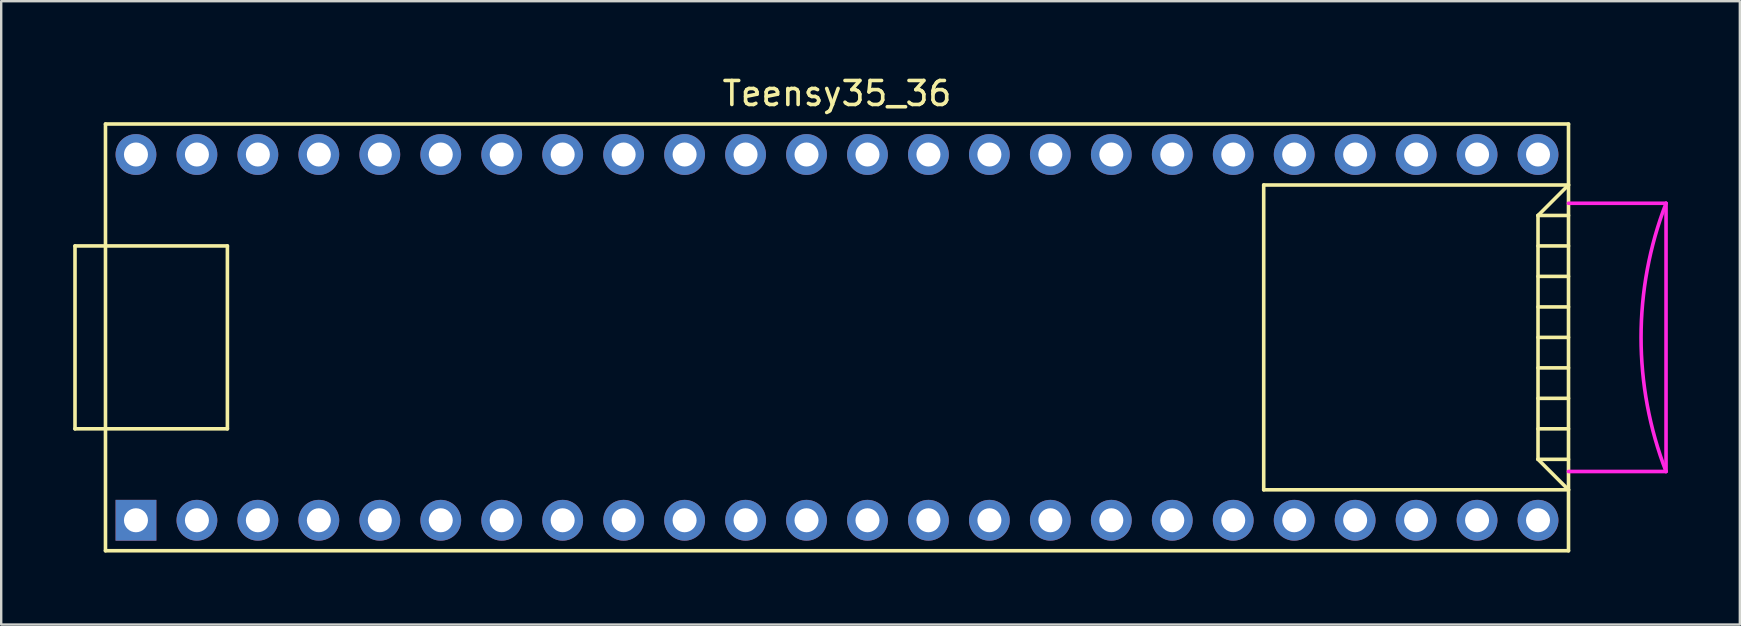
<source format=kicad_pcb>
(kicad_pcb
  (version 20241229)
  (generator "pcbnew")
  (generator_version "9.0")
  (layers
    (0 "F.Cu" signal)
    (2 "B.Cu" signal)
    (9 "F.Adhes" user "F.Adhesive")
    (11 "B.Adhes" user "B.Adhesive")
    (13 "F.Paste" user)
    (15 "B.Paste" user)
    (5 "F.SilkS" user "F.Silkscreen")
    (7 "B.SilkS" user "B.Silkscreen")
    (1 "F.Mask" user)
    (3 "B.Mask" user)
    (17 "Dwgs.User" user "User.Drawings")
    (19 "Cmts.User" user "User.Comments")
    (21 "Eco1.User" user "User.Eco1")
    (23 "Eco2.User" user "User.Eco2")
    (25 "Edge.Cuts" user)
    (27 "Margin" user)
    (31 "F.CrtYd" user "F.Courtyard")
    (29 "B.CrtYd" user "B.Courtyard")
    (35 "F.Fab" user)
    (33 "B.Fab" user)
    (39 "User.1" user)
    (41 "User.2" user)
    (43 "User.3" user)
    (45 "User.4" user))
  (footprint "Teensy35_36"
    (layer "F.Cu")
    (at 31.825 11.008)
    (property "Reference" "Teensy35_36" (at 0 -10.16 0) (layer "F.SilkS") (effects (font (size 1 1) (thickness 0.15))))
    (attr through_hole)
    (fp_line (start -31.75 -3.81) (end -30.48 -3.81) (stroke (width 0.15) (type solid)) (layer "F.SilkS"))
    (fp_line (start -31.75 3.81) (end -31.75 -3.81) (stroke (width 0.15) (type solid)) (layer "F.SilkS"))
    (fp_line (start -30.48 3.81) (end -31.75 3.81) (stroke (width 0.15) (type solid)) (layer "F.SilkS"))
    (fp_line (start -30.48 8.89) (end -30.48 -8.89) (stroke (width 0.15) (type solid)) (layer "F.SilkS"))
    (fp_line (start -30.48 8.89) (end 30.48 8.89) (stroke (width 0.15) (type solid)) (layer "F.SilkS"))
    (fp_line (start -25.4 -3.81) (end -30.48 -3.81) (stroke (width 0.15) (type solid)) (layer "F.SilkS"))
    (fp_line (start -25.4 3.81) (end -30.48 3.81) (stroke (width 0.15) (type solid)) (layer "F.SilkS"))
    (fp_line (start -25.4 3.81) (end -25.4 -3.81) (stroke (width 0.15) (type solid)) (layer "F.SilkS"))
    (fp_line (start 17.78 -6.35) (end 17.78 6.35) (stroke (width 0.15) (type solid)) (layer "F.SilkS"))
    (fp_line (start 17.78 6.35) (end 30.48 6.35) (stroke (width 0.15) (type solid)) (layer "F.SilkS"))
    (fp_line (start 29.21 -5.08) (end 29.21 5.08) (stroke (width 0.15) (type solid)) (layer "F.SilkS"))
    (fp_line (start 29.21 -5.08) (end 30.48 -6.35) (stroke (width 0.15) (type solid)) (layer "F.SilkS"))
    (fp_line (start 29.21 -5.08) (end 30.48 -5.08) (stroke (width 0.15) (type solid)) (layer "F.SilkS"))
    (fp_line (start 29.21 -3.81) (end 30.48 -3.81) (stroke (width 0.15) (type solid)) (layer "F.SilkS"))
    (fp_line (start 29.21 -2.54) (end 30.48 -2.54) (stroke (width 0.15) (type solid)) (layer "F.SilkS"))
    (fp_line (start 29.21 -1.27) (end 30.48 -1.27) (stroke (width 0.15) (type solid)) (layer "F.SilkS"))
    (fp_line (start 29.21 0) (end 30.48 0) (stroke (width 0.15) (type solid)) (layer "F.SilkS"))
    (fp_line (start 29.21 1.27) (end 30.48 1.27) (stroke (width 0.15) (type solid)) (layer "F.SilkS"))
    (fp_line (start 29.21 2.54) (end 30.48 2.54) (stroke (width 0.15) (type solid)) (layer "F.SilkS"))
    (fp_line (start 29.21 3.81) (end 30.48 3.81) (stroke (width 0.15) (type solid)) (layer "F.SilkS"))
    (fp_line (start 29.21 5.08) (end 30.48 5.08) (stroke (width 0.15) (type solid)) (layer "F.SilkS"))
    (fp_line (start 30.48 -8.89) (end -30.48 -8.89) (stroke (width 0.15) (type solid)) (layer "F.SilkS"))
    (fp_line (start 30.48 -8.89) (end 30.48 8.89) (stroke (width 0.15) (type solid)) (layer "F.SilkS"))
    (fp_line (start 30.48 -6.35) (end 17.78 -6.35) (stroke (width 0.15) (type solid)) (layer "F.SilkS"))
    (fp_line (start 30.48 6.35) (end 29.21 5.08) (stroke (width 0.15) (type solid)) (layer "F.SilkS"))
    (fp_line (start 34.544 -5.588) (end 30.48 -5.588) (stroke (width 0.15) (type solid)) (layer "F.CrtYd"))
    (fp_line (start 34.544 -5.588) (end 34.544 5.588) (stroke (width 0.15) (type solid)) (layer "F.CrtYd"))
    (fp_line (start 34.544 5.588) (end 30.48 5.588) (stroke (width 0.15) (type solid)) (layer "F.CrtYd"))
    (fp_arc (start 34.544 5.588) (mid 33.503037 0.00131) (end 34.543056 -5.585555) (stroke (width 0.15) (type solid)) (layer "F.CrtYd"))
    (pad "1" thru_hole rect (at -29.21 7.62) (size 1.7 1.7) (drill 1) (layers "*.Cu" "*.Mask"))
    (pad "2" thru_hole circle (at -26.67 7.62) (size 1.7 1.7) (drill 1) (layers "*.Cu" "*.Mask"))
    (pad "3" thru_hole circle (at -24.13 7.62) (size 1.7 1.7) (drill 1) (layers "*.Cu" "*.Mask"))
    (pad "4" thru_hole circle (at -21.59 7.62) (size 1.7 1.7) (drill 1) (layers "*.Cu" "*.Mask"))
    (pad "5" thru_hole circle (at -19.05 7.62) (size 1.7 1.7) (drill 1) (layers "*.Cu" "*.Mask"))
    (pad "6" thru_hole circle (at -16.51 7.62) (size 1.7 1.7) (drill 1) (layers "*.Cu" "*.Mask"))
    (pad "7" thru_hole circle (at -13.97 7.62) (size 1.7 1.7) (drill 1) (layers "*.Cu" "*.Mask"))
    (pad "8" thru_hole circle (at -11.43 7.62) (size 1.7 1.7) (drill 1) (layers "*.Cu" "*.Mask"))
    (pad "9" thru_hole circle (at -8.89 7.62) (size 1.7 1.7) (drill 1) (layers "*.Cu" "*.Mask"))
    (pad "10" thru_hole circle (at -6.35 7.62) (size 1.7 1.7) (drill 1) (layers "*.Cu" "*.Mask"))
    (pad "11" thru_hole circle (at -3.81 7.62) (size 1.7 1.7) (drill 1) (layers "*.Cu" "*.Mask"))
    (pad "12" thru_hole circle (at -1.27 7.62) (size 1.7 1.7) (drill 1) (layers "*.Cu" "*.Mask"))
    (pad "13" thru_hole circle (at 1.27 7.62) (size 1.7 1.7) (drill 1) (layers "*.Cu" "*.Mask"))
    (pad "14" thru_hole circle (at 3.81 7.62) (size 1.7 1.7) (drill 1) (layers "*.Cu" "*.Mask"))
    (pad "15" thru_hole circle (at 6.35 7.62) (size 1.7 1.7) (drill 1) (layers "*.Cu" "*.Mask"))
    (pad "16" thru_hole circle (at 8.89 7.62) (size 1.7 1.7) (drill 1) (layers "*.Cu" "*.Mask"))
    (pad "17" thru_hole circle (at 11.43 7.62) (size 1.7 1.7) (drill 1) (layers "*.Cu" "*.Mask"))
    (pad "18" thru_hole circle (at 13.97 7.62) (size 1.7 1.7) (drill 1) (layers "*.Cu" "*.Mask"))
    (pad "19" thru_hole circle (at 16.51 7.62) (size 1.7 1.7) (drill 1) (layers "*.Cu" "*.Mask"))
    (pad "20" thru_hole circle (at 19.05 7.62) (size 1.7 1.7) (drill 1) (layers "*.Cu" "*.Mask"))
    (pad "21" thru_hole circle (at 21.59 7.62) (size 1.7 1.7) (drill 1) (layers "*.Cu" "*.Mask"))
    (pad "22" thru_hole circle (at 24.13 7.62) (size 1.7 1.7) (drill 1) (layers "*.Cu" "*.Mask"))
    (pad "23" thru_hole circle (at 26.67 7.62) (size 1.7 1.7) (drill 1) (layers "*.Cu" "*.Mask"))
    (pad "24" thru_hole circle (at 29.21 7.62) (size 1.7 1.7) (drill 1) (layers "*.Cu" "*.Mask"))
    (pad "30" thru_hole circle (at 29.21 -7.62) (size 1.7 1.7) (drill 1) (layers "*.Cu" "*.Mask"))
    (pad "31" thru_hole circle (at 26.67 -7.62) (size 1.7 1.7) (drill 1) (layers "*.Cu" "*.Mask"))
    (pad "32" thru_hole circle (at 24.13 -7.62) (size 1.7 1.7) (drill 1) (layers "*.Cu" "*.Mask"))
    (pad "33" thru_hole circle (at 21.59 -7.62) (size 1.7 1.7) (drill 1) (layers "*.Cu" "*.Mask"))
    (pad "34" thru_hole circle (at 19.05 -7.62) (size 1.7 1.7) (drill 1) (layers "*.Cu" "*.Mask"))
    (pad "35" thru_hole circle (at 16.51 -7.62) (size 1.7 1.7) (drill 1) (layers "*.Cu" "*.Mask"))
    (pad "36" thru_hole circle (at 13.97 -7.62) (size 1.7 1.7) (drill 1) (layers "*.Cu" "*.Mask"))
    (pad "37" thru_hole circle (at 11.43 -7.62) (size 1.7 1.7) (drill 1) (layers "*.Cu" "*.Mask"))
    (pad "38" thru_hole circle (at 8.89 -7.62) (size 1.7 1.7) (drill 1) (layers "*.Cu" "*.Mask"))
    (pad "39" thru_hole circle (at 6.35 -7.62) (size 1.7 1.7) (drill 1) (layers "*.Cu" "*.Mask"))
    (pad "40" thru_hole circle (at 3.81 -7.62) (size 1.7 1.7) (drill 1) (layers "*.Cu" "*.Mask"))
    (pad "41" thru_hole circle (at 1.27 -7.62) (size 1.7 1.7) (drill 1) (layers "*.Cu" "*.Mask"))
    (pad "42" thru_hole circle (at -1.27 -7.62) (size 1.7 1.7) (drill 1) (layers "*.Cu" "*.Mask"))
    (pad "43" thru_hole circle (at -3.81 -7.62) (size 1.7 1.7) (drill 1) (layers "*.Cu" "*.Mask"))
    (pad "44" thru_hole circle (at -6.35 -7.62) (size 1.7 1.7) (drill 1) (layers "*.Cu" "*.Mask"))
    (pad "45" thru_hole circle (at -8.89 -7.62) (size 1.7 1.7) (drill 1) (layers "*.Cu" "*.Mask"))
    (pad "46" thru_hole circle (at -11.43 -7.62) (size 1.7 1.7) (drill 1) (layers "*.Cu" "*.Mask"))
    (pad "47" thru_hole circle (at -13.97 -7.62) (size 1.7 1.7) (drill 1) (layers "*.Cu" "*.Mask"))
    (pad "48" thru_hole circle (at -16.51 -7.62) (size 1.7 1.7) (drill 1) (layers "*.Cu" "*.Mask"))
    (pad "49" thru_hole circle (at -19.05 -7.62) (size 1.7 1.7) (drill 1) (layers "*.Cu" "*.Mask"))
    (pad "50" thru_hole circle (at -21.59 -7.62) (size 1.7 1.7) (drill 1) (layers "*.Cu" "*.Mask"))
    (pad "51" thru_hole circle (at -24.13 -7.62) (size 1.7 1.7) (drill 1) (layers "*.Cu" "*.Mask"))
    (pad "52" thru_hole circle (at -26.67 -7.62) (size 1.7 1.7) (drill 1) (layers "*.Cu" "*.Mask"))
    (pad "53" thru_hole circle (at -29.21 -7.62) (size 1.7 1.7) (drill 1) (layers "*.Cu" "*.Mask")))
  (gr_rect
    (start -3 -3)
    (end 69.444 22.973)
    (stroke (width 0.1) (type default))
    (fill no)
    (layer "Edge.Cuts")))
</source>
